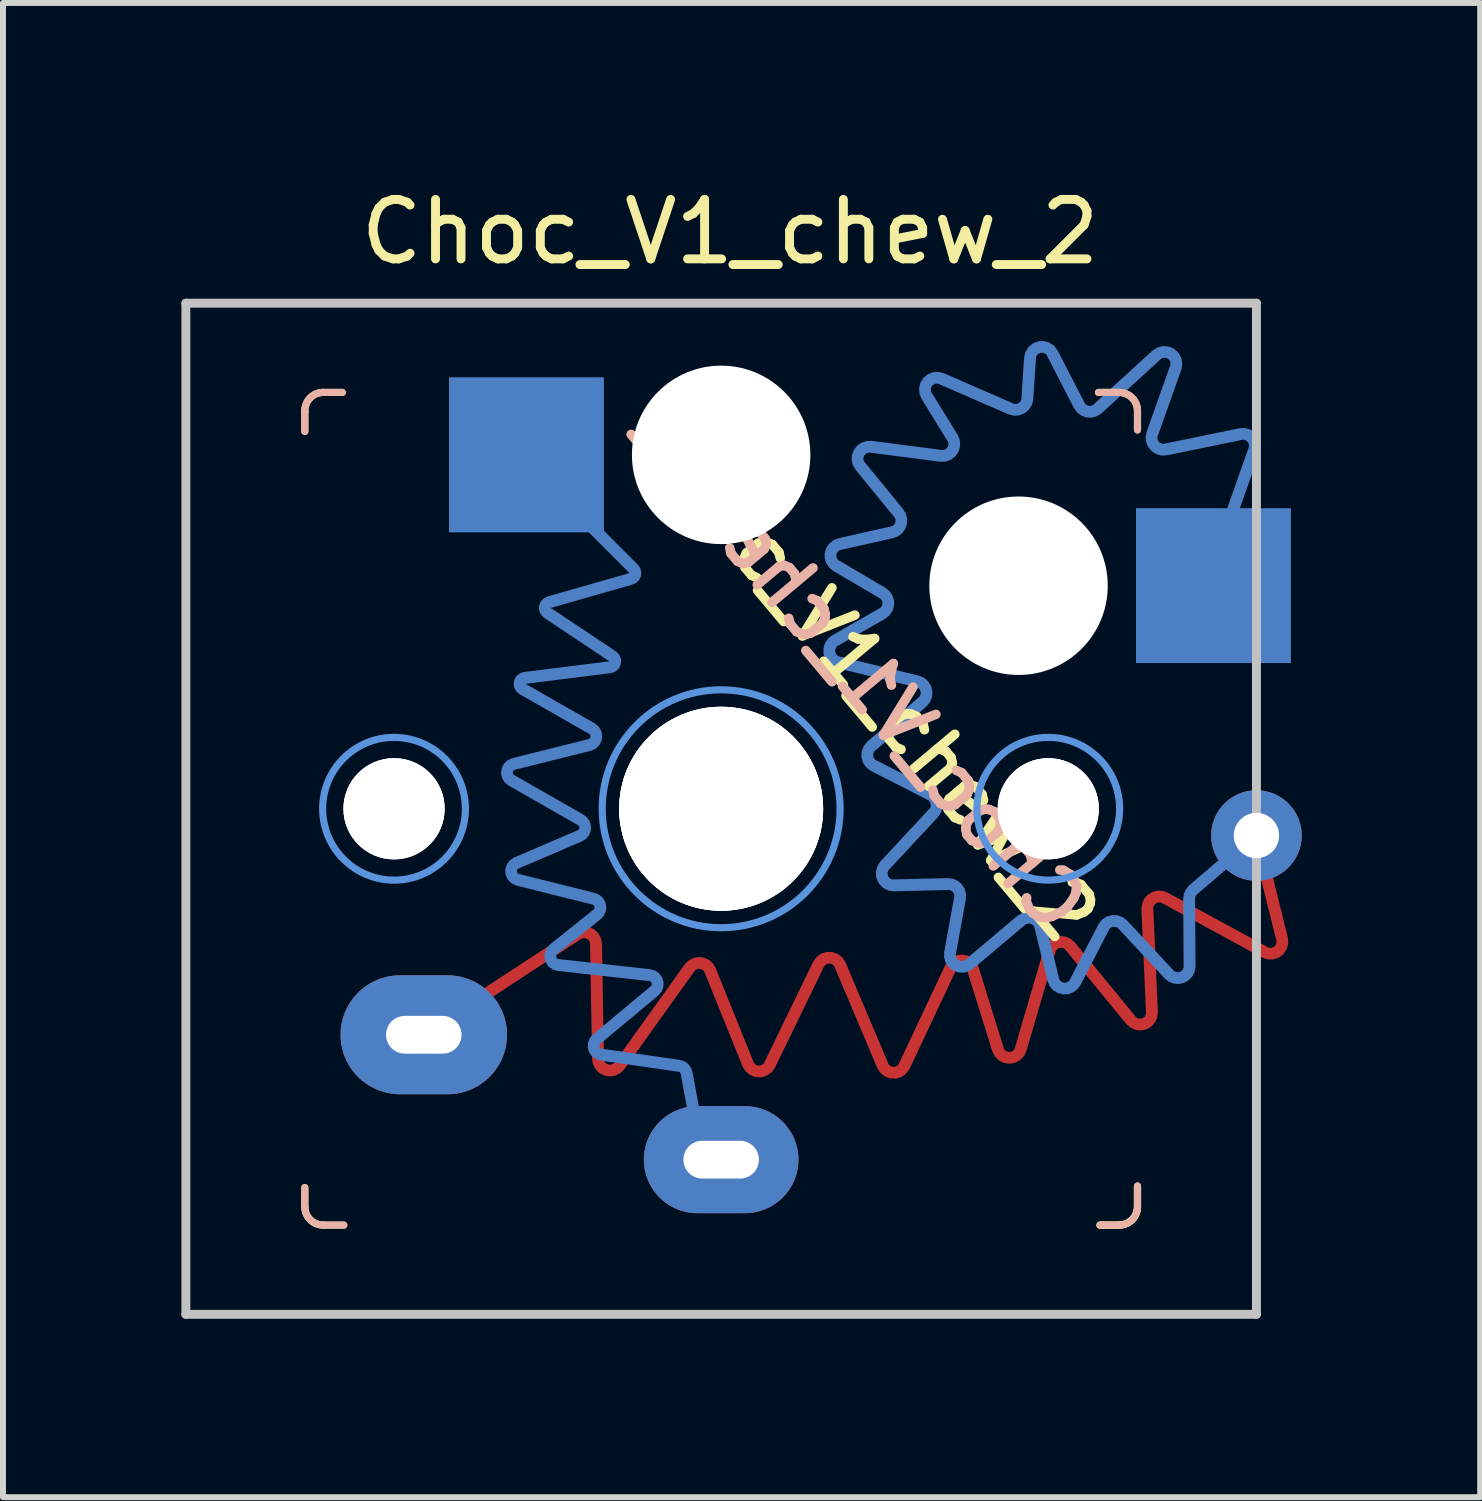
<source format=kicad_pcb>
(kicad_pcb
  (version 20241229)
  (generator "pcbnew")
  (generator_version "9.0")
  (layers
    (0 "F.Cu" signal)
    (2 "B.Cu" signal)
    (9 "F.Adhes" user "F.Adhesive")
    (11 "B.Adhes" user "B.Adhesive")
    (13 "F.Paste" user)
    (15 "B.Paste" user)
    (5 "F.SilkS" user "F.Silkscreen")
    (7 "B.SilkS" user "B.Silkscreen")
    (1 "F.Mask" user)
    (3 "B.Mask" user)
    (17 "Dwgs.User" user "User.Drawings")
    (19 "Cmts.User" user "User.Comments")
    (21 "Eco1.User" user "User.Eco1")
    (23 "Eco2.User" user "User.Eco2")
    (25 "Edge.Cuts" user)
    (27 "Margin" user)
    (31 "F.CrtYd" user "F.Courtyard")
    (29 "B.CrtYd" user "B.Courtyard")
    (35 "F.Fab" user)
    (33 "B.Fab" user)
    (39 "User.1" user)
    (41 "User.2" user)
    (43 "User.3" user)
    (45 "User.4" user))
  (footprint "Choc_V1_chew_2"
    (layer "F.Cu")
    (at 9.075 10.548)
    (property "Reference" "Choc_V1_chew_2" (at 0.15 -9.7 0) (layer "F.SilkS") (effects (font (size 1 1) (thickness 0.15))))
    (attr through_hole)
    (fp_line (start -7 -6.675) (end -7 -6.345) (stroke (width 0.12) (type solid)) (layer "F.SilkS"))
    (fp_line (start -7 6.7) (end -7 6.37) (stroke (width 0.12) (type solid)) (layer "F.SilkS"))
    (fp_line (start -6.7 -7) (end -6.37 -7) (stroke (width 0.12) (type solid)) (layer "F.SilkS"))
    (fp_line (start -6.675 7) (end -6.345 7) (stroke (width 0.12) (type solid)) (layer "F.SilkS"))
    (fp_line (start 6.675 -7) (end 6.345 -7) (stroke (width 0.12) (type solid)) (layer "F.SilkS"))
    (fp_line (start 6.7 7) (end 6.37 7) (stroke (width 0.12) (type solid)) (layer "F.SilkS"))
    (fp_line (start 6.7 7) (end 6.37 7) (stroke (width 0.12) (type solid)) (layer "F.SilkS"))
    (fp_line (start 7 6.675) (end 7 6.345) (stroke (width 0.12) (type solid)) (layer "F.SilkS"))
    (fp_line (start 7 -6.7) (end 7 -6.37) (stroke (width 0.12) (type solid)) (layer "F.SilkS"))
    (fp_line (start 7 6.675) (end 7 6.345) (stroke (width 0.12) (type solid)) (layer "F.SilkS"))
    (fp_arc (start -7.000002 -6.679997) (mid -6.916276 -6.902132) (end -6.7 -7.000001) (stroke (width 0.12) (type solid)) (layer "F.SilkS"))
    (fp_arc (start -6.679999 7.000002) (mid -6.902134 6.916276) (end -7.000001 6.699998) (stroke (width 0.12) (type solid)) (layer "F.SilkS"))
    (fp_arc (start 6.679997 -7.000002) (mid 6.902132 -6.916277) (end 7.000001 -6.7) (stroke (width 0.12) (type solid)) (layer "F.SilkS"))
    (fp_arc (start 7.000002 6.679997) (mid 6.916277 6.902132) (end 6.7 7.000001) (stroke (width 0.12) (type solid)) (layer "F.SilkS"))
    (fp_arc (start 7.000002 6.679999) (mid 6.916276 6.902134) (end 6.699998 7.000001) (stroke (width 0.12) (type solid)) (layer "F.SilkS"))
    (fp_line (start -7 -6.675) (end -7 -6.345) (stroke (width 0.12) (type solid)) (layer "B.SilkS"))
    (fp_line (start -7 6.7) (end -7 6.37) (stroke (width 0.12) (type solid)) (layer "B.SilkS"))
    (fp_line (start -6.7 -7) (end -6.37 -7) (stroke (width 0.12) (type solid)) (layer "B.SilkS"))
    (fp_line (start -6.675 7) (end -6.345 7) (stroke (width 0.12) (type solid)) (layer "B.SilkS"))
    (fp_line (start 6.675 -7) (end 6.345 -7) (stroke (width 0.12) (type solid)) (layer "B.SilkS"))
    (fp_line (start 6.7 7) (end 6.37 7) (stroke (width 0.12) (type solid)) (layer "B.SilkS"))
    (fp_line (start 7 6.675) (end 7 6.345) (stroke (width 0.12) (type solid)) (layer "B.SilkS"))
    (fp_line (start 7 -6.7) (end 7 -6.37) (stroke (width 0.12) (type solid)) (layer "B.SilkS"))
    (fp_arc (start -7.000002 -6.679997) (mid -6.916276 -6.902132) (end -6.7 -7.000001) (stroke (width 0.12) (type solid)) (layer "B.SilkS"))
    (fp_arc (start -6.679999 7.000002) (mid -6.902134 6.916276) (end -7.000001 6.699998) (stroke (width 0.12) (type solid)) (layer "B.SilkS"))
    (fp_arc (start 6.679997 -7.000002) (mid 6.902132 -6.916277) (end 7.000001 -6.7) (stroke (width 0.12) (type solid)) (layer "B.SilkS"))
    (fp_arc (start 7.000002 6.679999) (mid 6.916276 6.902134) (end 6.699998 7.000001) (stroke (width 0.12) (type solid)) (layer "B.SilkS"))
    (fp_line (start -9 -8.5) (end -9 8.5) (stroke (width 0.15) (type solid)) (layer "Dwgs.User"))
    (fp_line (start -9 8.5) (end 9 8.5) (stroke (width 0.15) (type solid)) (layer "Dwgs.User"))
    (fp_line (start 9 -8.5) (end -9 -8.5) (stroke (width 0.15) (type solid)) (layer "Dwgs.User"))
    (fp_line (start 9 -8.5) (end 9 8.5) (stroke (width 0.15) (type solid)) (layer "Dwgs.User"))
    (fp_circle (center -5.5 -0.000001) (end -6.7 0) (stroke (width 0.12) (type solid)) (fill no) (layer "Cmts.User"))
    (fp_circle (center 0 0) (end -2 0) (stroke (width 0.12) (type solid)) (fill no) (layer "Cmts.User"))
    (fp_circle (center 5.5 0.000001) (end 4.3 0.000001) (stroke (width 0.12) (type solid)) (fill no) (layer "Cmts.User"))
    (fp_text user "${REFERENCE}" (at 2.45 -2.25 130) (layer "F.SilkS") (effects (font (size 0.9 0.9) (thickness 0.16))))
    (fp_text user "${REFERENCE}" (at 2.27 -2.42 130) (layer "B.SilkS") (effects (font (size 0.9 0.9) (thickness 0.16)) (justify mirror)))
    (pad "" np_thru_hole circle (at -5.5 -0.000001 180) (size 1.702 1.702) (drill 1.702) (layers "*.Cu" "*.Mask"))
    (pad "" np_thru_hole circle (at -5.5 -0.000001 358) (size 1.702 1.702) (drill 1.702) (layers "*.Cu" "*.Mask"))
    (pad "" np_thru_hole circle (at 0 0 358) (size 3.429 3.429) (drill 3.429) (layers "*.Cu" "*.Mask"))
    (pad "" np_thru_hole circle (at 0 0 2) (size 3.429 3.429) (drill 3.429) (layers "*.Cu" "*.Mask"))
    (pad "" np_thru_hole circle (at 0 0 180) (size 3.429 3.429) (drill 3.429) (layers "*.Cu" "*.Mask"))
    (pad "" np_thru_hole circle (at 0.000001 -5.95 180) (size 3 3) (drill 3) (layers "*.Cu" "*.Mask"))
    (pad "" np_thru_hole circle (at 5 -3.75 180) (size 3 3) (drill 3) (layers "*.Cu" "*.Mask"))
    (pad "" np_thru_hole circle (at 5.5 0.000001 358) (size 1.702 1.702) (drill 1.702) (layers "*.Cu" "*.Mask"))
    (pad "" np_thru_hole circle (at 5.5 0.000001 180) (size 1.702 1.702) (drill 1.702) (layers "*.Cu" "*.Mask"))
    (pad "1" smd rect (at -3.275 -5.95 180) (size 2.6 2.6) (layers "B.Cu" "B.Mask" "B.Paste"))
    (pad "1" smd custom (at -3.275 -5.95 180) (size 2.6 2.6) (layers "B.Cu") (options (anchor rect)) (primitives (gr_line (start -0.425 -0.537) (end -1.805 -1.917) (width 0.2)) (gr_arc (start -1.804588 -1.916576) (mid -1.830646 -2.012346) (end -1.761349 -2.083439) (width 0.2)) (gr_line (start -1.761 -2.083) (end -0.383 -2.477) (width 0.2)) (gr_arc (start -0.354688 -2.656701) (mid -0.311316 -2.558039) (end -0.382686 -2.477343) (width 0.2)) (gr_line (start -0.355 -2.657) (end -1.451 -3.388) (width 0.2)) (gr_arc (start -1.451121 -3.387656) (mid -1.492971 -3.493827) (end -1.408054 -3.570089) (width 0.2)) (gr_line (start -1.408 -3.57) (end 0.028 -3.75) (width 0.2)) (gr_arc (start 0.064765 -3.935592) (mid 0.113219 -3.82914) (end 0.027554 -3.74954) (width 0.2)) (gr_line (start -1.101 -4.602) (end 0.065 -3.936) (width 0.2)) (gr_arc (start -1.100634 -4.601534) (mid -1.174812 -4.752253) (end -1.062593 -4.877292) (width 0.2)) (gr_line (start 0.213 -5.196) (end -1.063 -4.877) (width 0.2)) (gr_arc (start 0.25111 -5.471966) (mid 0.325288 -5.321247) (end 0.213069 -5.196208) (width 0.2)) (gr_line (start -0.913 -6.137) (end 0.251 -5.472) (width 0.2)) (gr_arc (start -0.913225 -6.1373) (mid -0.98855 -6.276109) (end -0.897892 -6.405409) (width 0.2)) (gr_line (start 0.166 -6.861) (end -0.898 -6.405) (width 0.2)) (gr_arc (start 0.143264 -7.144743) (mid 0.256343 -7.011219) (end 0.165972 -6.86135) (width 0.2)) (gr_line (start -1.131 -7.463) (end 0.143 -7.145) (width 0.2)) (gr_arc (start -1.130942 -7.463295) (mid -1.241141 -7.576844) (end -1.188266 -7.725946) (width 0.2)) (gr_line (start -0.458 -8.311) (end -1.188 -7.726) (width 0.2)) (gr_arc (start -0.534679 -8.576741) (mid -0.407179 -8.469401) (end -0.45754 -8.310528) (width 0.2)) (gr_line (start -2.075 -8.748) (end -0.535 -8.577) (width 0.2)) (gr_arc (start -2.074784 -8.747864) (mid -2.201908 -8.853758) (end -2.154247 -9.012179) (width 0.2)) (gr_line (start -1.184 -9.821) (end -2.154 -9.012) (width 0.2)) (gr_arc (start -1.258786 -10.084468) (mid -1.135641 -9.976906) (end -1.183972 -9.820742) (width 0.2)) (gr_line (start -2.568 -10.272) (end -1.259 -10.084) (width 0.2)) (gr_arc (start -2.568102 -10.271513) (mid -2.650746 -10.31178) (end -2.694381 -10.392692) (width 0.2)) (gr_line (start -2.925 -11.637) (end -2.694 -10.393) (width 0.2))))
    (pad "1" thru_hole oval (at 0.000001 5.9 180) (size 2.6 1.8) (drill oval 1.27 0.635) (layers "*.Cu" "*.Mask"))
    (pad "2" smd custom (at -5 3.8 180) (size 1.154 1.154) (layers "F.Cu") (options (anchor circle)) (primitives (gr_line (start 0 0) (end -2.587 1.692) (width 0.2)) (gr_arc (start -2.586809 1.69172) (mid -2.789904 1.701066) (end -2.896244 1.527784) (width 0.2)) (gr_line (start -2.896 1.528) (end -2.93 -0.405) (width 0.2)) (gr_arc (start -3.292153 -0.518199) (mid -3.070039 -0.592705) (end -2.929572 -0.40521) (width 0.2)) (gr_line (start -3.292 -0.518) (end -4.468 1.124) (width 0.2)) (gr_arc (start -4.468092 1.124061) (mid -4.654442 1.206209) (end -4.816178 1.08245) (width 0.2)) (gr_line (start -4.816 1.082) (end -5.451 -0.492) (width 0.2)) (gr_arc (start -5.816852 -0.504905) (mid -5.630082 -0.61737) (end -5.451492 -0.492318) (width 0.2)) (gr_line (start -5.817 -0.505) (end -6.637 1.184) (width 0.2)) (gr_arc (start -6.637349 1.183555) (mid -6.822511 1.296075) (end -7.001478 1.173949) (width 0.2)) (gr_line (start -7.001 1.174) (end -7.716 -0.517) (width 0.2)) (gr_arc (start -8.080811 -0.524323) (mid -7.895824 -0.639161) (end -7.715587 -0.517006) (width 0.2)) (gr_line (start -8.081 -0.524) (end -8.861 1.134) (width 0.2)) (gr_arc (start -8.860755 1.133876) (mid -9.055587 1.248274) (end -9.23274 1.108055) (width 0.2)) (gr_line (start -9.233 1.108) (end -9.654 -0.247) (width 0.2)) (gr_arc (start -10.036447 -0.244166) (mid -9.84611 -0.387883) (end -9.653523 -0.247193) (width 0.2)) (gr_line (start -10.036 -0.244) (end -10.523 1.417) (width 0.2)) (gr_arc (start -10.523474 1.416721) (mid -10.675508 1.5564) (end -10.870046 1.48726) (width 0.2)) (gr_line (start -10.87 1.487) (end -11.889 0.245) (width 0.2)) (gr_arc (start -12.243203 0.380669) (mid -12.114916 0.185023) (end -11.888748 0.24494) (width 0.2)) (gr_line (start -12.243 0.381) (end -12.166 2.116) (width 0.2)) (gr_arc (start -12.165784 2.11615) (mid -12.259586 2.294662) (end -12.46115 2.300755) (width 0.2)) (gr_line (start -12.461 2.301) (end -14.141 1.387) (width 0.2)) (gr_arc (start -14.430825 1.610738) (mid -14.358955 1.404371) (end -14.141128 1.386959) (width 0.2)) (gr_line (start -14.431 1.611) (end -14 3.35) (width 0.2))))
    (pad "2" thru_hole oval (at -5 3.8 180) (size 2.8 2) (drill oval 1.27 0.635) (layers "*.Cu" "*.Mask"))
    (pad "2" smd rect (at 8.275 -3.75 180) (size 2.6 2.6) (layers "B.Cu" "B.Mask" "B.Paste"))
    (pad "2" smd custom (at 8.275 -3.75 180) (size 2.6 2.6) (layers "B.Cu") (options (anchor rect)) (primitives (gr_line (start -0.687 2.286) (end -0.025 0.41) (width 0.2)) (gr_arc (start -0.458484 2.548919) (mid -0.649466 2.484421) (end -0.687271 2.286434) (width 0.2)) (gr_line (start 0.798 2.291) (end -0.458 2.549) (width 0.2)) (gr_arc (start 0.797907 2.291198) (mid 0.988951 2.355811) (end 1.026599 2.553951) (width 0.2)) (gr_line (start 0.633 3.664) (end 1.027 2.554) (width 0.2)) (gr_arc (start 0.956469 3.878655) (mid 0.710918 3.897863) (end 0.632934 3.664287) (width 0.2)) (gr_line (start 1.942 2.977) (end 0.956 3.879) (width 0.2)) (gr_arc (start 1.941857 2.976774) (mid 2.11217 2.927433) (end 2.254747 3.032839) (width 0.2)) (gr_line (start 2.705 3.907) (end 2.255 3.033) (width 0.2)) (gr_arc (start 3.081936 3.828882) (mid 2.923074 4.011699) (end 2.704501 3.907362) (width 0.2)) (gr_line (start 3.127 3.144) (end 3.082 3.829) (width 0.2)) (gr_arc (start 3.126511 3.144053) (mid 3.221981 2.986271) (end 3.405966 2.973686) (width 0.2)) (gr_line (start 4.569 3.48) (end 3.406 2.974) (width 0.2)) (gr_arc (start 4.819043 3.192061) (mid 4.799788 3.428036) (end 4.568867 3.480291) (width 0.2)) (gr_line (start 4.385 2.487) (end 4.819 3.192) (width 0.2)) (gr_arc (start 4.384807 2.486931) (mid 4.387146 2.27356) (end 4.580729 2.183706) (width 0.2)) (gr_line (start 5.756 2.336) (end 4.581 2.184) (width 0.2)) (gr_arc (start 5.936339 2.010525) (mid 5.956419 2.234281) (end 5.755924 2.335525) (width 0.2)) (gr_line (start 5.29 1.221) (end 5.936 2.011) (width 0.2)) (gr_arc (start 5.290128 1.220712) (mid 5.25586 1.028915) (end 5.401045 0.898936) (width 0.2)) (gr_line (start 6.281 0.701) (end 5.401 0.899) (width 0.2)) (gr_arc (start 6.338343 0.333514) (mid 6.434656 0.536836) (end 6.280923 0.701093) (width 0.2)) (gr_line (start 5.563 -0.122) (end 6.338 0.334) (width 0.2)) (gr_arc (start 5.56345 -0.121645) (mid 5.464742 -0.295312) (end 5.565549 -0.467764) (width 0.2)) (gr_line (start 6.357 -0.92) (end 5.566 -0.468) (width 0.2)) (gr_arc (start 6.304897 -1.288071) (mid 6.456061 -1.121794) (end 6.35725 -0.919967) (width 0.2)) (gr_line (start 4.974 -1.609) (end 6.305 -1.288) (width 0.2)) (gr_arc (start 4.97401 -1.608694) (mid 4.82647 -1.756057) (end 4.890242 -1.954594) (width 0.2)) (gr_line (start 5.75 -2.696) (end 4.89 -1.955) (width 0.2)) (gr_arc (start 5.709942 -3.025272) (mid 5.817593 -2.871044) (end 5.749638 -2.695667) (width 0.2)) (gr_line (start 4.761 -3.51) (end 5.71 -3.025) (width 0.2)) (gr_arc (start 4.760857 -3.509633) (mid 4.654828 -3.652954) (end 4.705286 -3.823945) (width 0.2)) (gr_line (start 5.522 -4.702) (end 4.705 -3.824) (width 0.2)) (gr_arc (start 5.370341 -5.038353) (mid 5.557567 -4.92054) (end 5.521733 -4.702244) (width 0.2)) (gr_line (start 4.461 -5.016) (end 5.37 -5.038) (width 0.2)) (gr_arc (start 4.460505 -5.016026) (mid 4.303651 -5.085903) (end 4.258806 -5.251641) (width 0.2)) (gr_line (start 4.426 -6.173) (end 4.259 -5.252) (width 0.2)) (gr_arc (start 4.099982 -6.361219) (mid 4.329158 -6.381512) (end 4.425785 -6.172716) (width 0.2)) (gr_line (start 3.232 -5.628) (end 4.1 -6.361) (width 0.2)) (gr_arc (start 3.231713 -5.628265) (mid 3.040717 -5.59094) (end 2.908411 -5.73365) (width 0.2)) (gr_line (start 2.692 -6.62) (end 2.908 -5.734) (width 0.2)) (gr_arc (start 2.319882 -6.664183) (mid 2.521259 -6.771225) (end 2.691968 -6.620035) (width 0.2)) (gr_line (start 1.845 -5.743) (end 2.32 -6.664) (width 0.2)) (gr_arc (start 1.845405 -5.743141) (mid 1.694845 -5.636571) (end 1.521126 -5.698563) (width 0.2)) (gr_line (start 0.745 -6.533) (end 1.521 -5.699) (width 0.2)) (gr_arc (start 0.398702 -6.395681) (mid 0.524877 -6.582981) (end 0.745182 -6.53329) (width 0.2)) (gr_line (start 0.407 -5.264) (end 0.399 -6.396) (width 0.2)) (gr_arc (start 0.406845 -5.264462) (mid 0.388883 -5.18014) (end 0.337081 -5.111232) (width 0.2)) (gr_line (start -0.725 -4.2) (end 0.337 -5.111) (width 0.2))))
    (pad "2" thru_hole circle (at 9 0.45) (size 1.524 1.524) (drill 0.762) (layers "*.Cu" "*.Mask")))
  (gr_rect
    (start -3 -3)
    (end 21.837 22.123)
    (stroke (width 0.1) (type default))
    (fill no)
    (layer "Edge.Cuts")))
</source>
